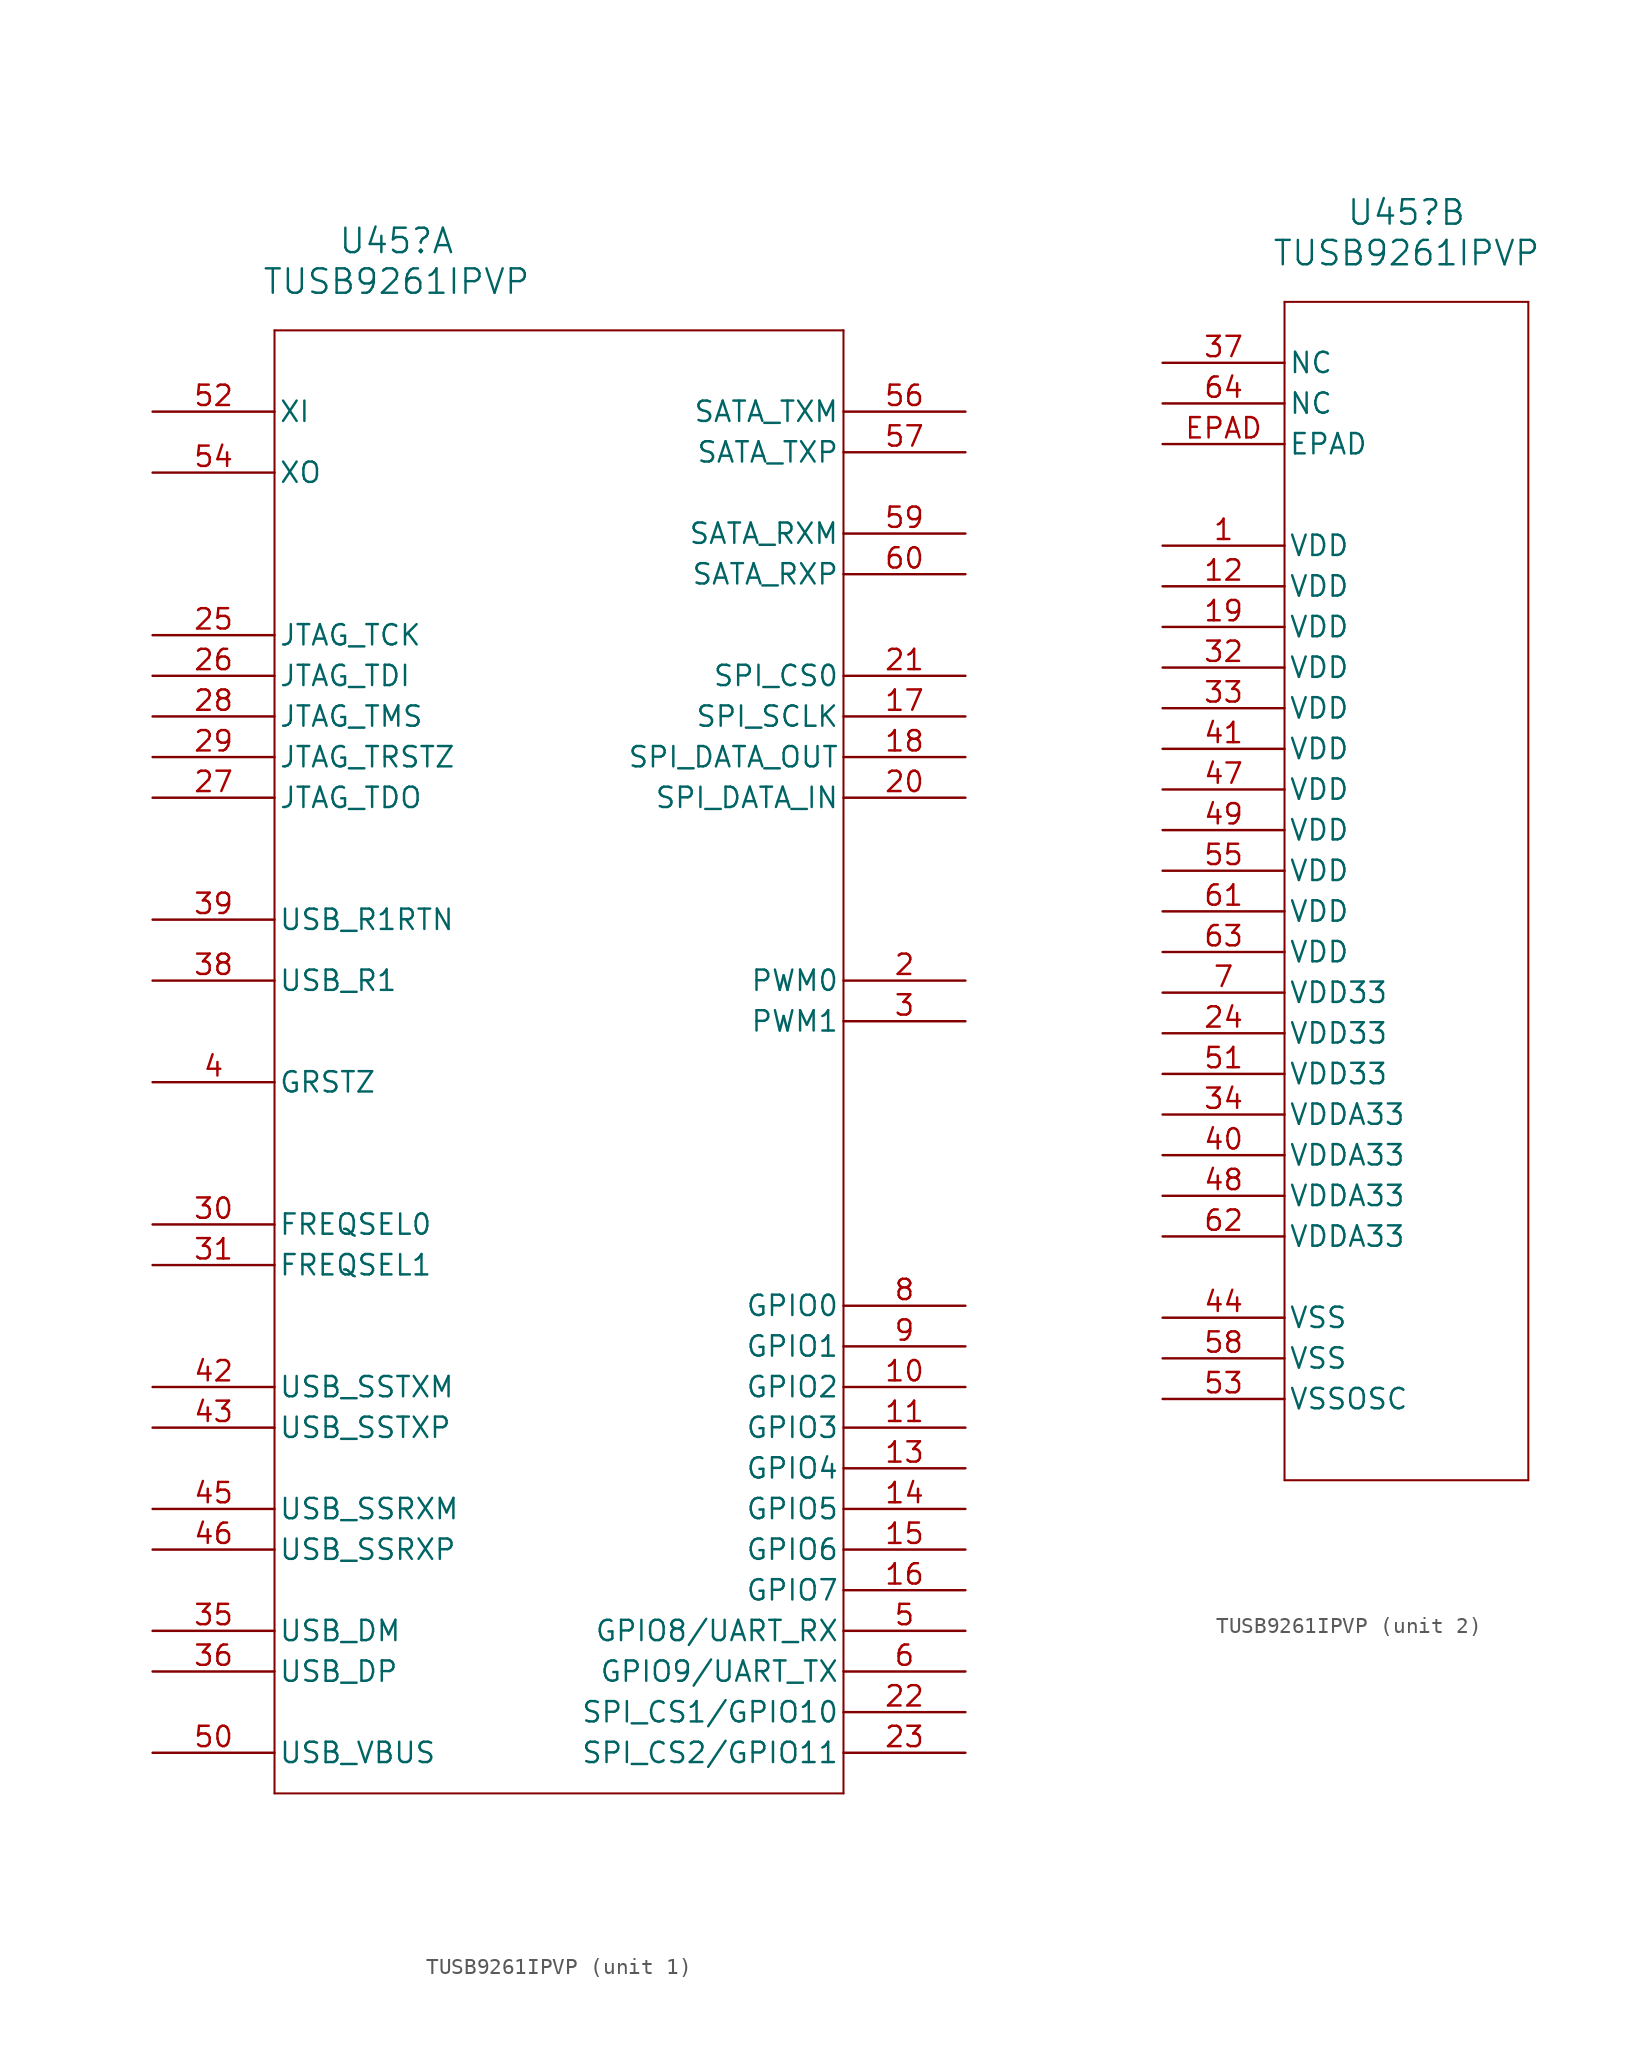
<source format=kicad_sym>
(kicad_symbol_lib
  (version 20231120)
  (generator "kicad_symbol_editor")
  (generator_version "8.0")
  (symbol "TUSB9261IPVP"
    (pin_names
      (offset 0.254))
    (property "Reference" "U45"
      (at 15.24 13.208 0)
      (effects (font (size 1.524 1.524))))
    (property "Value" "TUSB9261IPVP"
      (at 15.24 10.668 0)
      (effects (font (size 1.524 1.524))))
    (property "ki_locked" ""
      (at 0 0 0)
      (effects (font (size 1.27 1.27))))
    (symbol "TUSB9261IPVP_1_1"
      (polyline (pts (xy 7.62 -83.82) (xy 43.18 -83.82)) (stroke (width 0.127) (type default)) (fill (type none)))
      (polyline (pts (xy 7.62 7.62) (xy 7.62 -83.82)) (stroke (width 0.127) (type default)) (fill (type none)))
      (polyline (pts (xy 43.18 -83.82) (xy 43.18 7.62)) (stroke (width 0.127) (type default)) (fill (type none)))
      (polyline (pts (xy 43.18 7.62) (xy 7.62 7.62)) (stroke (width 0.127) (type default)) (fill (type none)))
      (pin bidirectional line (at 50.8 -58.42 180) (length 7.62) (name "GPIO2" (effects (font (size 1.27 1.27)))) (number "10" (effects (font (size 1.27 1.27)))))
      (pin bidirectional line (at 50.8 -60.96 180) (length 7.62) (name "GPIO3" (effects (font (size 1.27 1.27)))) (number "11" (effects (font (size 1.27 1.27)))))
      (pin bidirectional line (at 50.8 -63.5 180) (length 7.62) (name "GPIO4" (effects (font (size 1.27 1.27)))) (number "13" (effects (font (size 1.27 1.27)))))
      (pin bidirectional line (at 50.8 -66.04 180) (length 7.62) (name "GPIO5" (effects (font (size 1.27 1.27)))) (number "14" (effects (font (size 1.27 1.27)))))
      (pin bidirectional line (at 50.8 -68.58 180) (length 7.62) (name "GPIO6" (effects (font (size 1.27 1.27)))) (number "15" (effects (font (size 1.27 1.27)))))
      (pin bidirectional line (at 50.8 -71.12 180) (length 7.62) (name "GPIO7" (effects (font (size 1.27 1.27)))) (number "16" (effects (font (size 1.27 1.27)))))
      (pin output line (at 50.8 -16.51 180) (length 7.62) (name "SPI_SCLK" (effects (font (size 1.27 1.27)))) (number "17" (effects (font (size 1.27 1.27)))))
      (pin output line (at 50.8 -19.05 180) (length 7.62) (name "SPI_DATA_OUT" (effects (font (size 1.27 1.27)))) (number "18" (effects (font (size 1.27 1.27)))))
      (pin output line (at 50.8 -33.02 180) (length 7.62) (name "PWM0" (effects (font (size 1.27 1.27)))) (number "2" (effects (font (size 1.27 1.27)))))
      (pin input line (at 50.8 -21.59 180) (length 7.62) (name "SPI_DATA_IN" (effects (font (size 1.27 1.27)))) (number "20" (effects (font (size 1.27 1.27)))))
      (pin output line (at 50.8 -13.97 180) (length 7.62) (name "SPI_CS0" (effects (font (size 1.27 1.27)))) (number "21" (effects (font (size 1.27 1.27)))))
      (pin bidirectional line (at 50.8 -78.74 180) (length 7.62) (name "SPI_CS1/GPIO10" (effects (font (size 1.27 1.27)))) (number "22" (effects (font (size 1.27 1.27)))))
      (pin bidirectional line (at 50.8 -81.28 180) (length 7.62) (name "SPI_CS2/GPIO11" (effects (font (size 1.27 1.27)))) (number "23" (effects (font (size 1.27 1.27)))))
      (pin input line (at 0 -11.43 0) (length 7.62) (name "JTAG_TCK" (effects (font (size 1.27 1.27)))) (number "25" (effects (font (size 1.27 1.27)))))
      (pin input line (at 0 -13.97 0) (length 7.62) (name "JTAG_TDI" (effects (font (size 1.27 1.27)))) (number "26" (effects (font (size 1.27 1.27)))))
      (pin output line (at 0 -21.59 0) (length 7.62) (name "JTAG_TDO" (effects (font (size 1.27 1.27)))) (number "27" (effects (font (size 1.27 1.27)))))
      (pin input line (at 0 -16.51 0) (length 7.62) (name "JTAG_TMS" (effects (font (size 1.27 1.27)))) (number "28" (effects (font (size 1.27 1.27)))))
      (pin input line (at 0 -19.05 0) (length 7.62) (name "JTAG_TRSTZ" (effects (font (size 1.27 1.27)))) (number "29" (effects (font (size 1.27 1.27)))))
      (pin output line (at 50.8 -35.56 180) (length 7.62) (name "PWM1" (effects (font (size 1.27 1.27)))) (number "3" (effects (font (size 1.27 1.27)))))
      (pin input line (at 0 -48.26 0) (length 7.62) (name "FREQSEL0" (effects (font (size 1.27 1.27)))) (number "30" (effects (font (size 1.27 1.27)))))
      (pin input line (at 0 -50.8 0) (length 7.62) (name "FREQSEL1" (effects (font (size 1.27 1.27)))) (number "31" (effects (font (size 1.27 1.27)))))
      (pin bidirectional line (at 0 -73.66 0) (length 7.62) (name "USB_DM" (effects (font (size 1.27 1.27)))) (number "35" (effects (font (size 1.27 1.27)))))
      (pin bidirectional line (at 0 -76.2 0) (length 7.62) (name "USB_DP" (effects (font (size 1.27 1.27)))) (number "36" (effects (font (size 1.27 1.27)))))
      (pin output line (at 0 -33.02 0) (length 7.62) (name "USB_R1" (effects (font (size 1.27 1.27)))) (number "38" (effects (font (size 1.27 1.27)))))
      (pin input line (at 0 -29.21 0) (length 7.62) (name "USB_R1RTN" (effects (font (size 1.27 1.27)))) (number "39" (effects (font (size 1.27 1.27)))))
      (pin input line (at 0 -39.37 0) (length 7.62) (name "GRSTZ" (effects (font (size 1.27 1.27)))) (number "4" (effects (font (size 1.27 1.27)))))
      (pin output line (at 0 -58.42 0) (length 7.62) (name "USB_SSTXM" (effects (font (size 1.27 1.27)))) (number "42" (effects (font (size 1.27 1.27)))))
      (pin output line (at 0 -60.96 0) (length 7.62) (name "USB_SSTXP" (effects (font (size 1.27 1.27)))) (number "43" (effects (font (size 1.27 1.27)))))
      (pin input line (at 0 -66.04 0) (length 7.62) (name "USB_SSRXM" (effects (font (size 1.27 1.27)))) (number "45" (effects (font (size 1.27 1.27)))))
      (pin input line (at 0 -68.58 0) (length 7.62) (name "USB_SSRXP" (effects (font (size 1.27 1.27)))) (number "46" (effects (font (size 1.27 1.27)))))
      (pin bidirectional line (at 50.8 -73.66 180) (length 7.62) (name "GPIO8/UART_RX" (effects (font (size 1.27 1.27)))) (number "5" (effects (font (size 1.27 1.27)))))
      (pin input line (at 0 -81.28 0) (length 7.62) (name "USB_VBUS" (effects (font (size 1.27 1.27)))) (number "50" (effects (font (size 1.27 1.27)))))
      (pin input line (at 0 2.54 0) (length 7.62) (name "XI" (effects (font (size 1.27 1.27)))) (number "52" (effects (font (size 1.27 1.27)))))
      (pin output line (at 0 -1.27 0) (length 7.62) (name "XO" (effects (font (size 1.27 1.27)))) (number "54" (effects (font (size 1.27 1.27)))))
      (pin output line (at 50.8 2.54 180) (length 7.62) (name "SATA_TXM" (effects (font (size 1.27 1.27)))) (number "56" (effects (font (size 1.27 1.27)))))
      (pin output line (at 50.8 0 180) (length 7.62) (name "SATA_TXP" (effects (font (size 1.27 1.27)))) (number "57" (effects (font (size 1.27 1.27)))))
      (pin input line (at 50.8 -5.08 180) (length 7.62) (name "SATA_RXM" (effects (font (size 1.27 1.27)))) (number "59" (effects (font (size 1.27 1.27)))))
      (pin bidirectional line (at 50.8 -76.2 180) (length 7.62) (name "GPIO9/UART_TX" (effects (font (size 1.27 1.27)))) (number "6" (effects (font (size 1.27 1.27)))))
      (pin input line (at 50.8 -7.62 180) (length 7.62) (name "SATA_RXP" (effects (font (size 1.27 1.27)))) (number "60" (effects (font (size 1.27 1.27)))))
      (pin bidirectional line (at 50.8 -53.34 180) (length 7.62) (name "GPIO0" (effects (font (size 1.27 1.27)))) (number "8" (effects (font (size 1.27 1.27)))))
      (pin bidirectional line (at 50.8 -55.88 180) (length 7.62) (name "GPIO1" (effects (font (size 1.27 1.27)))) (number "9" (effects (font (size 1.27 1.27))))))
    (symbol "TUSB9261IPVP_2_1"
      (polyline (pts (xy 7.62 -66.04) (xy 22.86 -66.04)) (stroke (width 0.127) (type default)) (fill (type none)))
      (polyline (pts (xy 7.62 7.62) (xy 7.62 -66.04)) (stroke (width 0.127) (type default)) (fill (type none)))
      (polyline (pts (xy 22.86 -66.04) (xy 22.86 7.62)) (stroke (width 0.127) (type default)) (fill (type none)))
      (polyline (pts (xy 22.86 7.62) (xy 7.62 7.62)) (stroke (width 0.127) (type default)) (fill (type none)))
      (pin power_in line (at 0 -7.62 0) (length 7.62) (name "VDD" (effects (font (size 1.27 1.27)))) (number "1" (effects (font (size 1.27 1.27)))))
      (pin power_in line (at 0 -10.16 0) (length 7.62) (name "VDD" (effects (font (size 1.27 1.27)))) (number "12" (effects (font (size 1.27 1.27)))))
      (pin power_in line (at 0 -12.7 0) (length 7.62) (name "VDD" (effects (font (size 1.27 1.27)))) (number "19" (effects (font (size 1.27 1.27)))))
      (pin power_in line (at 0 -38.1 0) (length 7.62) (name "VDD33" (effects (font (size 1.27 1.27)))) (number "24" (effects (font (size 1.27 1.27)))))
      (pin power_in line (at 0 -15.24 0) (length 7.62) (name "VDD" (effects (font (size 1.27 1.27)))) (number "32" (effects (font (size 1.27 1.27)))))
      (pin power_in line (at 0 -17.78 0) (length 7.62) (name "VDD" (effects (font (size 1.27 1.27)))) (number "33" (effects (font (size 1.27 1.27)))))
      (pin power_in line (at 0 -43.18 0) (length 7.62) (name "VDDA33" (effects (font (size 1.27 1.27)))) (number "34" (effects (font (size 1.27 1.27)))))
      (pin unspecified line (at 0 3.81 0) (length 7.62) (name "NC" (effects (font (size 1.27 1.27)))) (number "37" (effects (font (size 1.27 1.27)))))
      (pin power_in line (at 0 -45.72 0) (length 7.62) (name "VDDA33" (effects (font (size 1.27 1.27)))) (number "40" (effects (font (size 1.27 1.27)))))
      (pin power_in line (at 0 -20.32 0) (length 7.62) (name "VDD" (effects (font (size 1.27 1.27)))) (number "41" (effects (font (size 1.27 1.27)))))
      (pin power_in line (at 0 -55.88 0) (length 7.62) (name "VSS" (effects (font (size 1.27 1.27)))) (number "44" (effects (font (size 1.27 1.27)))))
      (pin power_in line (at 0 -22.86 0) (length 7.62) (name "VDD" (effects (font (size 1.27 1.27)))) (number "47" (effects (font (size 1.27 1.27)))))
      (pin power_in line (at 0 -48.26 0) (length 7.62) (name "VDDA33" (effects (font (size 1.27 1.27)))) (number "48" (effects (font (size 1.27 1.27)))))
      (pin power_in line (at 0 -25.4 0) (length 7.62) (name "VDD" (effects (font (size 1.27 1.27)))) (number "49" (effects (font (size 1.27 1.27)))))
      (pin power_in line (at 0 -40.64 0) (length 7.62) (name "VDD33" (effects (font (size 1.27 1.27)))) (number "51" (effects (font (size 1.27 1.27)))))
      (pin power_in line (at 0 -60.96 0) (length 7.62) (name "VSSOSC" (effects (font (size 1.27 1.27)))) (number "53" (effects (font (size 1.27 1.27)))))
      (pin power_in line (at 0 -27.94 0) (length 7.62) (name "VDD" (effects (font (size 1.27 1.27)))) (number "55" (effects (font (size 1.27 1.27)))))
      (pin power_in line (at 0 -58.42 0) (length 7.62) (name "VSS" (effects (font (size 1.27 1.27)))) (number "58" (effects (font (size 1.27 1.27)))))
      (pin power_in line (at 0 -30.48 0) (length 7.62) (name "VDD" (effects (font (size 1.27 1.27)))) (number "61" (effects (font (size 1.27 1.27)))))
      (pin power_in line (at 0 -50.8 0) (length 7.62) (name "VDDA33" (effects (font (size 1.27 1.27)))) (number "62" (effects (font (size 1.27 1.27)))))
      (pin power_in line (at 0 -33.02 0) (length 7.62) (name "VDD" (effects (font (size 1.27 1.27)))) (number "63" (effects (font (size 1.27 1.27)))))
      (pin unspecified line (at 0 1.27 0) (length 7.62) (name "NC" (effects (font (size 1.27 1.27)))) (number "64" (effects (font (size 1.27 1.27)))))
      (pin power_in line (at 0 -35.56 0) (length 7.62) (name "VDD33" (effects (font (size 1.27 1.27)))) (number "7" (effects (font (size 1.27 1.27)))))
      (pin unspecified line (at 0 -1.27 0) (length 7.62) (name "EPAD" (effects (font (size 1.27 1.27)))) (number "EPAD" (effects (font (size 1.27 1.27))))))))
</source>
